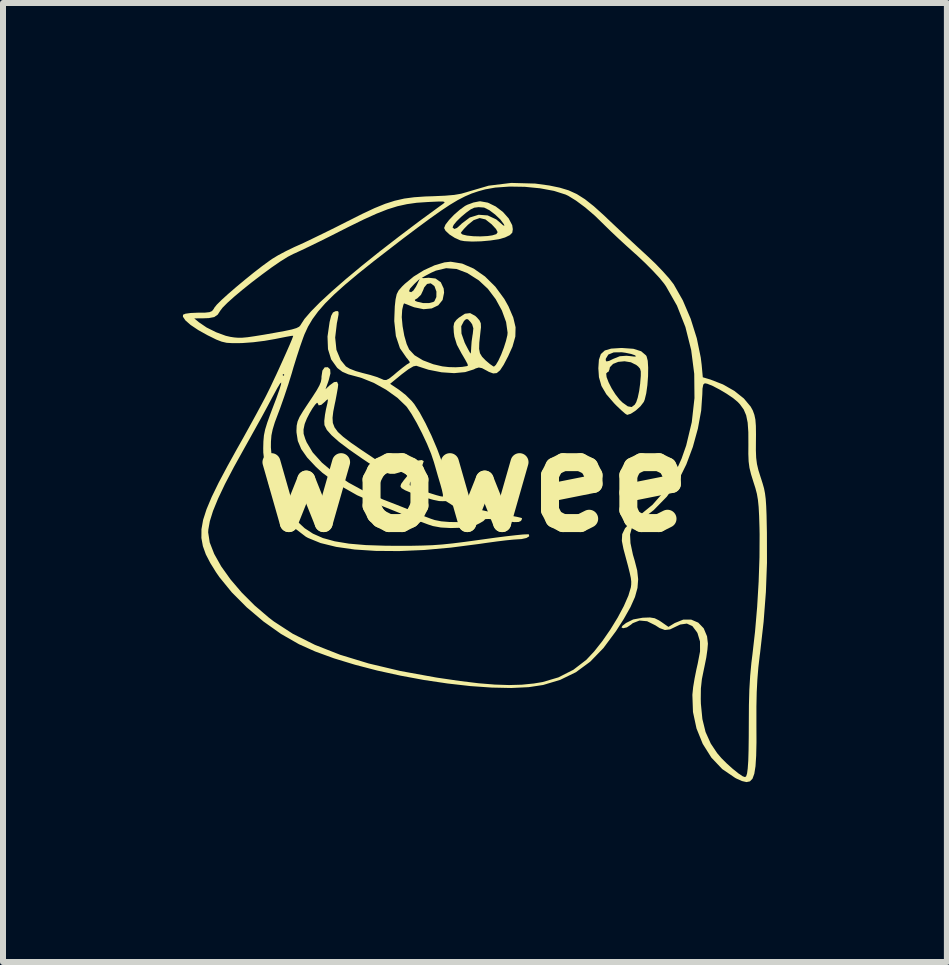
<source format=kicad_pcb>
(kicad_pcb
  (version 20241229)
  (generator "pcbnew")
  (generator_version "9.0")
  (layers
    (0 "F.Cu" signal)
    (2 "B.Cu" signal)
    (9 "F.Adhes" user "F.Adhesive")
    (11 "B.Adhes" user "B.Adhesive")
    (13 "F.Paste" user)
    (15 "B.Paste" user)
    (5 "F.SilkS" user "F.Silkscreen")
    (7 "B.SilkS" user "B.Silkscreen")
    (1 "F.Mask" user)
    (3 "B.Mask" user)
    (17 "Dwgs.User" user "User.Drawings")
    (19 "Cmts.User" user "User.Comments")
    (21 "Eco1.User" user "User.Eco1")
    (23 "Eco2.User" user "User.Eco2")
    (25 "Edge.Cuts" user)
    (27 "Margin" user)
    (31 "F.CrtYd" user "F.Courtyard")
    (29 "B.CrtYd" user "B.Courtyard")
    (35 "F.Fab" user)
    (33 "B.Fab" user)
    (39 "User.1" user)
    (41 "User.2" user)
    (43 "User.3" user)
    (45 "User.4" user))
  (footprint "wowee"
    (layer "F.Cu")
    (at 4.851 4.983)
    (property "Reference" "wowee" (at 0 0 0) (layer "F.SilkS") (effects (font (size 1.524 1.524) (thickness 0.3))))
    (attr board_only exclude_from_pos_files exclude_from_bom)
    (fp_poly (pts (xy 0.234 -4.654) (xy 0.365 -4.59) (xy 0.485 -4.499) (xy 0.581 -4.391) (xy 0.64 -4.278) (xy 0.65 -4.211) (xy 0.641 -4.153) (xy 0.6 -4.112) (xy 0.519 -4.073) (xy 0.416 -4.044) (xy 0.277 -4.023) (xy 0.121 -4.009) (xy -0.03 -4.005) (xy -0.157 -4.012) (xy -0.223 -4.024) (xy -0.317 -4.066) (xy -0.406 -4.123) (xy -0.431 -4.147) (xy -0.217 -4.147) (xy -0.189 -4.123) (xy -0.114 -4.105) (xy -0.009 -4.094) (xy 0.11 -4.091) (xy 0.228 -4.097) (xy 0.306 -4.108) (xy 0.375 -4.129) (xy 0.397 -4.162) (xy 0.37 -4.214) (xy 0.297 -4.293) (xy 0.194 -4.374) (xy 0.097 -4.397) (xy -0.003 -4.362) (xy -0.099 -4.284) (xy -0.165 -4.216) (xy -0.208 -4.164) (xy -0.217 -4.147) (xy -0.431 -4.147) (xy -0.471 -4.183) (xy -0.496 -4.231) (xy -0.491 -4.242) (xy -0.354 -4.242) (xy -0.353 -4.238) (xy -0.324 -4.215) (xy -0.281 -4.232) (xy -0.213 -4.293) (xy -0.202 -4.305) (xy -0.068 -4.406) (xy 0.08 -4.452) (xy 0.231 -4.441) (xy 0.373 -4.375) (xy 0.427 -4.33) (xy 0.488 -4.276) (xy 0.51 -4.268) (xy 0.501 -4.294) (xy 0.443 -4.372) (xy 0.355 -4.456) (xy 0.259 -4.528) (xy 0.176 -4.57) (xy 0.17 -4.572) (xy 0.08 -4.579) (xy 0.008 -4.57) (xy -0.052 -4.542) (xy -0.129 -4.486) (xy -0.212 -4.416) (xy -0.286 -4.344) (xy -0.337 -4.282) (xy -0.354 -4.242) (xy -0.491 -4.242) (xy -0.473 -4.287) (xy -0.413 -4.365) (xy -0.33 -4.452) (xy -0.236 -4.534) (xy -0.147 -4.599) (xy -0.108 -4.619) (xy -0.008 -4.656) (xy 0.087 -4.675) (xy 0.106 -4.677)) (stroke (width 0) (type solid)) (fill yes) (layer "F.SilkS"))
    (fp_poly (pts (xy 2.661 -2.217) (xy 2.79 -2.176) (xy 2.871 -2.107) (xy 2.881 -2.09) (xy 2.9 -2.017) (xy 2.907 -1.901) (xy 2.905 -1.76) (xy 2.894 -1.612) (xy 2.875 -1.475) (xy 2.849 -1.368) (xy 2.834 -1.331) (xy 2.779 -1.259) (xy 2.701 -1.188) (xy 2.618 -1.134) (xy 2.557 -1.115) (xy 2.523 -1.136) (xy 2.459 -1.192) (xy 2.375 -1.272) (xy 2.339 -1.309) (xy 2.21 -1.458) (xy 2.128 -1.597) (xy 2.086 -1.744) (xy 2.082 -1.805) (xy 2.207 -1.805) (xy 2.214 -1.744) (xy 2.247 -1.658) (xy 2.297 -1.559) (xy 2.36 -1.459) (xy 2.429 -1.37) (xy 2.48 -1.32) (xy 2.568 -1.257) (xy 2.632 -1.246) (xy 2.683 -1.285) (xy 2.708 -1.327) (xy 2.733 -1.402) (xy 2.757 -1.514) (xy 2.774 -1.641) (xy 2.774 -1.647) (xy 2.784 -1.766) (xy 2.784 -1.84) (xy 2.771 -1.886) (xy 2.74 -1.922) (xy 2.71 -1.946) (xy 2.619 -1.992) (xy 2.513 -2.009) (xy 2.408 -1.999) (xy 2.322 -1.965) (xy 2.269 -1.91) (xy 2.261 -1.872) (xy 2.244 -1.832) (xy 2.23 -1.828) (xy 2.207 -1.805) (xy 2.082 -1.805) (xy 2.076 -1.893) (xy 2.085 -2.027) (xy 2.199 -2.027) (xy 2.211 -2.006) (xy 2.255 -2.015) (xy 2.325 -2.049) (xy 2.434 -2.093) (xy 2.543 -2.101) (xy 2.596 -2.096) (xy 2.678 -2.087) (xy 2.706 -2.092) (xy 2.686 -2.109) (xy 2.623 -2.131) (xy 2.527 -2.151) (xy 2.467 -2.159) (xy 2.333 -2.157) (xy 2.243 -2.121) (xy 2.201 -2.052) (xy 2.199 -2.027) (xy 2.085 -2.027) (xy 2.085 -2.033) (xy 2.118 -2.129) (xy 2.184 -2.189) (xy 2.29 -2.22) (xy 2.448 -2.23) (xy 2.478 -2.23)) (stroke (width 0) (type solid)) (fill yes) (layer "F.SilkS"))
    (fp_poly (pts (xy -0.195 -3.638) (xy -0.002 -3.554) (xy 0.186 -3.423) (xy 0.359 -3.252) (xy 0.508 -3.049) (xy 0.578 -2.924) (xy 0.658 -2.737) (xy 0.696 -2.576) (xy 0.692 -2.421) (xy 0.645 -2.254) (xy 0.572 -2.092) (xy 0.497 -1.949) (xy 0.437 -1.858) (xy 0.382 -1.812) (xy 0.323 -1.806) (xy 0.252 -1.832) (xy 0.216 -1.852) (xy 0.137 -1.894) (xy 0.083 -1.905) (xy 0.029 -1.889) (xy 0.001 -1.874) (xy -0.145 -1.828) (xy -0.329 -1.811) (xy -0.538 -1.825) (xy -0.757 -1.868) (xy -0.96 -1.934) (xy -1.009 -1.924) (xy -1.093 -1.874) (xy -1.201 -1.793) (xy -1.396 -1.633) (xy -1.244 -1.531) (xy -1.137 -1.447) (xy -1.035 -1.346) (xy -0.993 -1.295) (xy -0.904 -1.157) (xy -0.806 -0.976) (xy -0.706 -0.768) (xy -0.613 -0.55) (xy -0.534 -0.339) (xy -0.478 -0.158) (xy -0.427 0.015) (xy -0.372 0.152) (xy -0.304 0.258) (xy -0.214 0.341) (xy -0.095 0.405) (xy 0.062 0.457) (xy 0.266 0.503) (xy 0.48 0.541) (xy 0.611 0.565) (xy 0.718 0.585) (xy 0.786 0.601) (xy 0.803 0.607) (xy 0.797 0.637) (xy 0.781 0.656) (xy 0.746 0.671) (xy 0.676 0.673) (xy 0.563 0.661) (xy 0.466 0.647) (xy 0.344 0.63) (xy 0.249 0.621) (xy 0.194 0.623) (xy 0.186 0.628) (xy 0.16 0.655) (xy 0.095 0.693) (xy 0.054 0.713) (xy -0.061 0.747) (xy -0.214 0.767) (xy -0.384 0.772) (xy -0.549 0.763) (xy -0.681 0.739) (xy -0.761 0.713) (xy -0.876 0.67) (xy -1.004 0.618) (xy -1.038 0.604) (xy -1.18 0.545) (xy -1.353 0.475) (xy -1.526 0.406) (xy -1.597 0.379) (xy -1.946 0.225) (xy -2.259 0.047) (xy -2.526 -0.15) (xy -2.633 -0.248) (xy -2.78 -0.405) (xy -2.878 -0.545) (xy -2.935 -0.68) (xy -2.957 -0.822) (xy -2.958 -0.856) (xy -2.957 -0.87) (xy -2.84 -0.87) (xy -2.838 -0.799) (xy -2.811 -0.714) (xy -2.788 -0.658) (xy -2.687 -0.489) (xy -2.532 -0.317) (xy -2.329 -0.147) (xy -2.086 0.016) (xy -1.811 0.166) (xy -1.509 0.298) (xy -1.47 0.313) (xy -1.315 0.373) (xy -1.161 0.434) (xy -1.03 0.489) (xy -0.962 0.518) (xy -0.84 0.57) (xy -0.714 0.618) (xy -0.65 0.639) (xy -0.543 0.66) (xy -0.409 0.671) (xy -0.266 0.673) (xy -0.132 0.665) (xy -0.024 0.649) (xy 0.041 0.624) (xy 0.042 0.623) (xy 0.063 0.599) (xy 0.053 0.577) (xy 0.001 0.551) (xy -0.1 0.515) (xy -0.108 0.512) (xy -0.224 0.467) (xy -0.325 0.415) (xy -0.385 0.374) (xy -0.466 0.323) (xy -0.522 0.324) (xy -0.578 0.322) (xy -0.674 0.302) (xy -0.795 0.269) (xy -0.925 0.228) (xy -1.047 0.184) (xy -1.146 0.142) (xy -1.203 0.108) (xy -1.205 0.107) (xy -1.224 0.076) (xy -1.212 0.036) (xy -1.165 -0.029) (xy -1.135 -0.065) (xy -1.073 -0.142) (xy -1.032 -0.201) (xy -1.022 -0.223) (xy -1.047 -0.228) (xy -1.109 -0.209) (xy -1.138 -0.197) (xy -1.238 -0.156) (xy -1.32 -0.133) (xy -1.397 -0.132) (xy -1.481 -0.155) (xy -1.582 -0.205) (xy -1.712 -0.286) (xy -1.854 -0.381) (xy -2.076 -0.535) (xy -2.248 -0.665) (xy -2.371 -0.774) (xy -2.451 -0.864) (xy -2.489 -0.94) (xy -2.491 -0.945) (xy -2.494 -1.014) (xy -2.482 -1.117) (xy -2.465 -1.21) (xy -2.441 -1.313) (xy -2.433 -1.365) (xy -2.441 -1.374) (xy -2.467 -1.351) (xy -2.481 -1.336) (xy -2.544 -1.282) (xy -2.588 -1.274) (xy -2.602 -1.307) (xy -2.614 -1.318) (xy -2.647 -1.285) (xy -2.691 -1.223) (xy -2.739 -1.142) (xy -2.783 -1.057) (xy -2.815 -0.979) (xy -2.822 -0.958) (xy -2.84 -0.87) (xy -2.957 -0.87) (xy -2.954 -0.936) (xy -2.939 -1.005) (xy -2.906 -1.081) (xy -2.848 -1.177) (xy -2.784 -1.275) (xy -2.686 -1.422) (xy -2.618 -1.528) (xy -2.575 -1.606) (xy -2.551 -1.665) (xy -2.541 -1.717) (xy -2.54 -1.756) (xy -2.525 -1.854) (xy -2.487 -1.908) (xy -2.435 -1.91) (xy -2.396 -1.875) (xy -2.391 -1.807) (xy -2.419 -1.696) (xy -2.43 -1.662) (xy -2.473 -1.543) (xy -2.404 -1.608) (xy -2.331 -1.661) (xy -2.281 -1.667) (xy -2.262 -1.623) (xy -2.262 -1.618) (xy -2.268 -1.565) (xy -2.285 -1.468) (xy -2.308 -1.346) (xy -2.319 -1.296) (xy -2.344 -1.169) (xy -2.356 -1.067) (xy -2.351 -0.981) (xy -2.322 -0.905) (xy -2.266 -0.829) (xy -2.176 -0.747) (xy -2.048 -0.65) (xy -1.876 -0.531) (xy -1.759 -0.453) (xy -1.366 -0.188) (xy -1.202 -0.26) (xy -1.059 -0.318) (xy -0.945 -0.352) (xy -0.868 -0.362) (xy -0.837 -0.345) (xy -0.836 -0.342) (xy -0.856 -0.283) (xy -0.907 -0.196) (xy -0.979 -0.099) (xy -1.018 -0.054) (xy -1.065 0.012) (xy -1.07 0.055) (xy -1.067 0.058) (xy -1.024 0.081) (xy -0.943 0.114) (xy -0.839 0.153) (xy -0.729 0.191) (xy -0.627 0.223) (xy -0.551 0.243) (xy -0.516 0.247) (xy -0.515 0.247) (xy -0.516 0.212) (xy -0.532 0.136) (xy -0.557 0.046) (xy -0.599 -0.095) (xy -0.643 -0.249) (xy -0.665 -0.325) (xy -0.712 -0.466) (xy -0.781 -0.633) (xy -0.864 -0.81) (xy -0.953 -0.982) (xy -1.039 -1.131) (xy -1.114 -1.242) (xy -1.128 -1.259) (xy -1.275 -1.4) (xy -1.462 -1.534) (xy -1.667 -1.648) (xy -1.87 -1.73) (xy -1.951 -1.753) (xy -2.093 -1.791) (xy -2.193 -1.834) (xy -2.27 -1.892) (xy -2.281 -1.903) (xy -2.379 -2.04) (xy -2.432 -2.211) (xy -2.44 -2.421) (xy -2.405 -2.664) (xy -2.379 -2.767) (xy -2.349 -2.822) (xy -2.309 -2.843) (xy -2.305 -2.844) (xy -2.272 -2.846) (xy -2.256 -2.832) (xy -2.256 -2.789) (xy -2.271 -2.705) (xy -2.284 -2.642) (xy -2.312 -2.404) (xy -2.291 -2.199) (xy -2.22 -2.029) (xy -2.133 -1.923) (xy -2.07 -1.885) (xy -1.968 -1.845) (xy -1.85 -1.812) (xy -1.728 -1.781) (xy -1.618 -1.747) (xy -1.547 -1.718) (xy -1.501 -1.698) (xy -1.461 -1.696) (xy -1.414 -1.719) (xy -1.344 -1.773) (xy -1.28 -1.828) (xy -1.19 -1.901) (xy -1.117 -1.956) (xy -1.074 -1.981) (xy -1.071 -1.982) (xy -1.071 -2.001) (xy -1.106 -2.049) (xy -1.123 -2.068) (xy -1.232 -2.226) (xy -1.3 -2.43) (xy -1.327 -2.679) (xy -1.325 -2.744) (xy -1.202 -2.744) (xy -1.188 -2.594) (xy -1.16 -2.437) (xy -1.12 -2.297) (xy -1.078 -2.205) (xy -0.988 -2.109) (xy -0.849 -2.025) (xy -0.675 -1.959) (xy -0.525 -1.924) (xy -0.418 -1.912) (xy -0.302 -1.909) (xy -0.196 -1.915) (xy -0.12 -1.927) (xy -0.098 -1.937) (xy -0.107 -1.967) (xy -0.143 -2.034) (xy -0.197 -2.126) (xy -0.204 -2.137) (xy -0.283 -2.285) (xy -0.324 -2.418) (xy -0.334 -2.489) (xy -0.339 -2.588) (xy -0.338 -2.593) (xy -0.21 -2.593) (xy -0.206 -2.471) (xy -0.153 -2.32) (xy -0.139 -2.291) (xy -0.095 -2.207) (xy -0.064 -2.151) (xy -0.054 -2.137) (xy -0.048 -2.164) (xy -0.044 -2.231) (xy -0.044 -2.238) (xy -0.037 -2.338) (xy -0.021 -2.45) (xy -0.018 -2.463) (xy -0.008 -2.558) (xy -0.028 -2.625) (xy -0.053 -2.661) (xy -0.098 -2.709) (xy -0.13 -2.711) (xy -0.164 -2.681) (xy -0.21 -2.593) (xy -0.338 -2.593) (xy -0.327 -2.65) (xy -0.291 -2.699) (xy -0.249 -2.736) (xy -0.148 -2.802) (xy -0.062 -2.812) (xy 0.023 -2.766) (xy 0.052 -2.739) (xy 0.095 -2.69) (xy 0.116 -2.643) (xy 0.119 -2.576) (xy 0.107 -2.469) (xy 0.107 -2.468) (xy 0.091 -2.319) (xy 0.088 -2.216) (xy 0.102 -2.143) (xy 0.137 -2.085) (xy 0.194 -2.026) (xy 0.198 -2.022) (xy 0.268 -1.963) (xy 0.321 -1.926) (xy 0.336 -1.92) (xy 0.367 -1.948) (xy 0.409 -2.019) (xy 0.456 -2.12) (xy 0.5 -2.235) (xy 0.536 -2.348) (xy 0.559 -2.444) (xy 0.563 -2.486) (xy 0.538 -2.663) (xy 0.468 -2.855) (xy 0.364 -3.045) (xy 0.234 -3.217) (xy 0.087 -3.354) (xy 0.087 -3.355) (xy -0.109 -3.48) (xy -0.289 -3.548) (xy -0.462 -3.561) (xy -0.634 -3.52) (xy -0.708 -3.487) (xy -0.794 -3.442) (xy -0.852 -3.409) (xy -0.867 -3.398) (xy -0.84 -3.395) (xy -0.773 -3.4) (xy -0.757 -3.402) (xy -0.639 -3.389) (xy -0.551 -3.327) (xy -0.503 -3.223) (xy -0.496 -3.153) (xy -0.521 -3.031) (xy -0.593 -2.942) (xy -0.702 -2.89) (xy -0.838 -2.877) (xy -0.994 -2.909) (xy -1.042 -2.927) (xy -1.116 -2.957) (xy -1.16 -2.973) (xy -1.164 -2.974) (xy -1.176 -2.947) (xy -1.192 -2.88) (xy -1.195 -2.862) (xy -1.202 -2.744) (xy -1.325 -2.744) (xy -1.318 -2.925) (xy -1.306 -3.034) (xy -0.984 -3.034) (xy -0.978 -3.016) (xy -0.944 -3.002) (xy -0.849 -2.98) (xy -0.749 -2.979) (xy -0.673 -2.999) (xy -0.657 -3.011) (xy -0.625 -3.08) (xy -0.624 -3.172) (xy -0.655 -3.257) (xy -0.66 -3.265) (xy -0.719 -3.309) (xy -0.78 -3.298) (xy -0.829 -3.238) (xy -0.843 -3.199) (xy -0.881 -3.118) (xy -0.937 -3.063) (xy -0.937 -3.062) (xy -0.984 -3.034) (xy -1.306 -3.034) (xy -1.304 -3.047) (xy -1.286 -3.128) (xy -1.262 -3.175) (xy -1.081 -3.175) (xy -1.046 -3.161) (xy -1.045 -3.161) (xy -1.009 -3.187) (xy -0.966 -3.251) (xy -0.955 -3.273) (xy -0.902 -3.384) (xy -0.993 -3.297) (xy -1.064 -3.22) (xy -1.081 -3.175) (xy -1.262 -3.175) (xy -1.254 -3.19) (xy -1.198 -3.254) (xy -1.151 -3.3) (xy -1.003 -3.422) (xy -0.832 -3.528) (xy -0.655 -3.609) (xy -0.489 -3.658) (xy -0.386 -3.669)) (stroke (width 0) (type solid)) (fill yes) (layer "F.SilkS"))
    (fp_poly (pts (xy 1.024 -4.972) (xy 1.258 -4.94) (xy 1.432 -4.904) (xy 1.581 -4.859) (xy 1.717 -4.797) (xy 1.853 -4.711) (xy 2.001 -4.594) (xy 2.173 -4.439) (xy 2.227 -4.387) (xy 2.384 -4.239) (xy 2.557 -4.076) (xy 2.727 -3.918) (xy 2.876 -3.781) (xy 2.902 -3.757) (xy 3.031 -3.634) (xy 3.154 -3.506) (xy 3.258 -3.389) (xy 3.33 -3.296) (xy 3.333 -3.292) (xy 3.485 -3.024) (xy 3.616 -2.717) (xy 3.718 -2.392) (xy 3.784 -2.07) (xy 3.799 -1.949) (xy 3.818 -1.742) (xy 3.946 -1.704) (xy 4.154 -1.623) (xy 4.344 -1.515) (xy 4.502 -1.389) (xy 4.616 -1.253) (xy 4.652 -1.188) (xy 4.678 -1.116) (xy 4.695 -1.036) (xy 4.703 -0.932) (xy 4.705 -0.789) (xy 4.704 -0.69) (xy 4.703 -0.524) (xy 4.708 -0.399) (xy 4.721 -0.296) (xy 4.745 -0.194) (xy 4.783 -0.073) (xy 4.787 -0.062) (xy 4.816 0.03) (xy 4.839 0.111) (xy 4.855 0.193) (xy 4.867 0.287) (xy 4.875 0.404) (xy 4.881 0.556) (xy 4.885 0.754) (xy 4.887 0.851) (xy 4.888 1.351) (xy 4.87 1.838) (xy 4.832 2.335) (xy 4.772 2.865) (xy 4.768 2.892) (xy 4.744 3.097) (xy 4.728 3.297) (xy 4.717 3.509) (xy 4.712 3.748) (xy 4.712 4.032) (xy 4.712 4.058) (xy 4.713 4.341) (xy 4.708 4.568) (xy 4.697 4.742) (xy 4.677 4.868) (xy 4.647 4.951) (xy 4.604 4.996) (xy 4.546 5.008) (xy 4.472 4.991) (xy 4.38 4.95) (xy 4.356 4.937) (xy 4.142 4.791) (xy 3.961 4.6) (xy 3.817 4.371) (xy 3.713 4.114) (xy 3.654 3.839) (xy 3.644 3.553) (xy 3.657 3.424) (xy 3.681 3.28) (xy 3.711 3.13) (xy 3.733 3.033) (xy 3.772 2.829) (xy 3.771 2.663) (xy 3.73 2.526) (xy 3.721 2.509) (xy 3.644 2.407) (xy 3.552 2.365) (xy 3.441 2.381) (xy 3.38 2.41) (xy 3.272 2.462) (xy 3.186 2.472) (xy 3.098 2.44) (xy 3.027 2.394) (xy 2.89 2.326) (xy 2.762 2.314) (xy 2.65 2.358) (xy 2.621 2.382) (xy 2.553 2.428) (xy 2.491 2.442) (xy 2.489 2.442) (xy 2.462 2.429) (xy 2.478 2.402) (xy 2.538 2.355) (xy 2.657 2.296) (xy 2.811 2.268) (xy 2.825 2.267) (xy 2.937 2.263) (xy 3.016 2.276) (xy 3.09 2.313) (xy 3.126 2.337) (xy 3.245 2.42) (xy 3.35 2.356) (xy 3.491 2.299) (xy 3.625 2.299) (xy 3.742 2.349) (xy 3.833 2.444) (xy 3.889 2.578) (xy 3.903 2.7) (xy 3.895 2.798) (xy 3.876 2.932) (xy 3.847 3.076) (xy 3.838 3.118) (xy 3.803 3.29) (xy 3.786 3.447) (xy 3.784 3.621) (xy 3.786 3.702) (xy 3.811 3.957) (xy 3.864 4.173) (xy 3.951 4.366) (xy 4.057 4.525) (xy 4.127 4.607) (xy 4.218 4.698) (xy 4.316 4.786) (xy 4.409 4.861) (xy 4.483 4.911) (xy 4.522 4.925) (xy 4.541 4.911) (xy 4.556 4.865) (xy 4.567 4.781) (xy 4.576 4.655) (xy 4.581 4.482) (xy 4.584 4.256) (xy 4.585 4.031) (xy 4.587 3.725) (xy 4.594 3.465) (xy 4.608 3.235) (xy 4.628 3.02) (xy 4.646 2.876) (xy 4.689 2.499) (xy 4.724 2.089) (xy 4.749 1.668) (xy 4.763 1.257) (xy 4.765 0.879) (xy 4.763 0.766) (xy 4.757 0.569) (xy 4.749 0.419) (xy 4.737 0.301) (xy 4.72 0.202) (xy 4.695 0.106) (xy 4.661 0) (xy 4.622 -0.126) (xy 4.596 -0.232) (xy 4.582 -0.338) (xy 4.577 -0.466) (xy 4.578 -0.618) (xy 4.577 -0.827) (xy 4.566 -0.986) (xy 4.541 -1.108) (xy 4.5 -1.205) (xy 4.439 -1.289) (xy 4.402 -1.329) (xy 4.323 -1.395) (xy 4.215 -1.468) (xy 4.097 -1.538) (xy 3.984 -1.597) (xy 3.893 -1.634) (xy 3.852 -1.642) (xy 3.826 -1.621) (xy 3.813 -1.554) (xy 3.81 -1.46) (xy 3.791 -1.186) (xy 3.736 -0.886) (xy 3.652 -0.581) (xy 3.544 -0.291) (xy 3.419 -0.037) (xy 3.405 -0.014) (xy 3.218 0.249) (xy 2.999 0.473) (xy 2.846 0.591) (xy 2.75 0.661) (xy 2.674 0.727) (xy 2.634 0.773) (xy 2.605 0.878) (xy 2.612 1.024) (xy 2.653 1.217) (xy 2.683 1.319) (xy 2.724 1.479) (xy 2.74 1.626) (xy 2.729 1.77) (xy 2.687 1.922) (xy 2.612 2.09) (xy 2.501 2.287) (xy 2.371 2.49) (xy 2.161 2.773) (xy 1.941 3) (xy 1.702 3.176) (xy 1.439 3.304) (xy 1.155 3.389) (xy 0.915 3.425) (xy 0.627 3.439) (xy 0.299 3.432) (xy -0.059 3.407) (xy -0.438 3.364) (xy -0.829 3.306) (xy -1.223 3.233) (xy -1.611 3.148) (xy -1.983 3.051) (xy -2.331 2.945) (xy -2.646 2.83) (xy -2.916 2.709) (xy -3.213 2.539) (xy -3.508 2.33) (xy -3.787 2.094) (xy -4.037 1.843) (xy -4.244 1.589) (xy -4.299 1.509) (xy -4.395 1.354) (xy -4.469 1.211) (xy -4.518 1.074) (xy -4.543 0.937) (xy -4.542 0.844) (xy -4.43 0.844) (xy -4.404 1.012) (xy -4.329 1.204) (xy -4.212 1.412) (xy -4.057 1.629) (xy -3.87 1.848) (xy -3.656 2.062) (xy -3.421 2.263) (xy -3.334 2.33) (xy -3.017 2.536) (xy -2.649 2.72) (xy -2.229 2.885) (xy -1.754 3.03) (xy -1.223 3.156) (xy -0.634 3.263) (xy -0.596 3.269) (xy -0.233 3.322) (xy 0.078 3.36) (xy 0.349 3.382) (xy 0.586 3.39) (xy 0.8 3.384) (xy 1 3.364) (xy 1.146 3.34) (xy 1.41 3.262) (xy 1.66 3.135) (xy 1.876 2.969) (xy 1.876 2.969) (xy 2.007 2.829) (xy 2.143 2.657) (xy 2.276 2.465) (xy 2.398 2.266) (xy 2.501 2.073) (xy 2.577 1.899) (xy 2.618 1.762) (xy 2.624 1.715) (xy 2.625 1.666) (xy 2.618 1.605) (xy 2.6 1.521) (xy 2.571 1.404) (xy 2.528 1.244) (xy 2.495 1.121) (xy 2.468 0.985) (xy 2.474 0.874) (xy 2.521 0.776) (xy 2.612 0.678) (xy 2.753 0.569) (xy 2.979 0.384) (xy 3.169 0.168) (xy 3.329 -0.085) (xy 3.464 -0.385) (xy 3.541 -0.605) (xy 3.634 -0.993) (xy 3.679 -1.394) (xy 3.675 -1.799) (xy 3.624 -2.197) (xy 3.528 -2.58) (xy 3.387 -2.937) (xy 3.204 -3.259) (xy 3.175 -3.301) (xy 3.099 -3.395) (xy 2.988 -3.515) (xy 2.857 -3.647) (xy 2.719 -3.777) (xy 2.686 -3.806) (xy 2.546 -3.932) (xy 2.406 -4.061) (xy 2.281 -4.179) (xy 2.185 -4.273) (xy 2.168 -4.29) (xy 2.016 -4.438) (xy 1.857 -4.574) (xy 1.705 -4.687) (xy 1.574 -4.768) (xy 1.529 -4.789) (xy 1.337 -4.85) (xy 1.105 -4.893) (xy 0.851 -4.918) (xy 0.595 -4.922) (xy 0.356 -4.905) (xy 0.188 -4.875) (xy 0.073 -4.843) (xy -0.037 -4.806) (xy -0.148 -4.758) (xy -0.267 -4.697) (xy -0.399 -4.618) (xy -0.551 -4.517) (xy -0.729 -4.391) (xy -0.939 -4.236) (xy -1.188 -4.049) (xy -1.364 -3.913) (xy -1.672 -3.675) (xy -1.933 -3.466) (xy -2.151 -3.283) (xy -2.332 -3.12) (xy -2.479 -2.974) (xy -2.597 -2.839) (xy -2.691 -2.711) (xy -2.765 -2.586) (xy -2.824 -2.458) (xy -2.846 -2.4) (xy -2.896 -2.258) (xy -2.953 -2.083) (xy -3.009 -1.903) (xy -3.036 -1.809) (xy -3.093 -1.625) (xy -3.162 -1.419) (xy -3.231 -1.223) (xy -3.26 -1.146) (xy -3.318 -0.992) (xy -3.354 -0.874) (xy -3.375 -0.773) (xy -3.383 -0.669) (xy -3.384 -0.573) (xy -3.362 -0.317) (xy -3.304 -0.053) (xy -3.216 0.204) (xy -3.104 0.436) (xy -2.973 0.628) (xy -2.942 0.663) (xy -2.821 0.775) (xy -2.682 0.866) (xy -2.516 0.939) (xy -2.319 0.993) (xy -2.083 1.032) (xy -1.802 1.056) (xy -1.47 1.067) (xy -1.285 1.068) (xy -1.055 1.068) (xy -0.862 1.064) (xy -0.692 1.058) (xy -0.527 1.046) (xy -0.353 1.028) (xy -0.153 1.003) (xy 0.089 0.97) (xy 0.146 0.962) (xy 0.355 0.933) (xy 0.543 0.909) (xy 0.702 0.891) (xy 0.823 0.879) (xy 0.899 0.876) (xy 0.919 0.878) (xy 0.923 0.91) (xy 0.877 0.938) (xy 0.795 0.956) (xy 0.728 0.96) (xy 0.656 0.965) (xy 0.535 0.977) (xy 0.381 0.996) (xy 0.205 1.02) (xy 0.088 1.037) (xy -0.382 1.098) (xy -0.829 1.138) (xy -1.249 1.156) (xy -1.637 1.153) (xy -1.987 1.13) (xy -2.295 1.086) (xy -2.556 1.022) (xy -2.764 0.937) (xy -2.801 0.917) (xy -2.989 0.773) (xy -3.155 0.579) (xy -3.296 0.346) (xy -3.405 0.084) (xy -3.478 -0.197) (xy -3.511 -0.487) (xy -3.512 -0.558) (xy -3.509 -0.675) (xy -3.5 -0.774) (xy -3.48 -0.871) (xy -3.445 -0.985) (xy -3.392 -1.132) (xy -3.369 -1.193) (xy -3.293 -1.392) (xy -3.242 -1.536) (xy -3.215 -1.623) (xy -3.212 -1.656) (xy -3.233 -1.635) (xy -3.278 -1.56) (xy -3.347 -1.433) (xy -3.358 -1.413) (xy -3.435 -1.268) (xy -3.533 -1.087) (xy -3.643 -0.889) (xy -3.753 -0.691) (xy -3.814 -0.582) (xy -3.999 -0.249) (xy -4.149 0.037) (xy -4.265 0.282) (xy -4.349 0.487) (xy -4.402 0.657) (xy -4.427 0.796) (xy -4.43 0.844) (xy -4.542 0.844) (xy -4.542 0.793) (xy -4.514 0.635) (xy -4.457 0.458) (xy -4.371 0.253) (xy -4.255 0.015) (xy -4.107 -0.263) (xy -3.956 -0.536) (xy -3.842 -0.738) (xy -3.732 -0.937) (xy -3.631 -1.121) (xy -3.546 -1.279) (xy -3.481 -1.401) (xy -3.453 -1.456) (xy -3.394 -1.575) (xy -3.328 -1.716) (xy -3.297 -1.781) (xy -3.19 -1.781) (xy -3.175 -1.766) (xy -3.16 -1.781) (xy -3.175 -1.797) (xy -3.19 -1.781) (xy -3.297 -1.781) (xy -3.257 -1.868) (xy -3.188 -2.02) (xy -3.124 -2.163) (xy -3.07 -2.286) (xy -3.032 -2.377) (xy -3.013 -2.428) (xy -3.013 -2.434) (xy -3.044 -2.432) (xy -3.123 -2.418) (xy -3.235 -2.396) (xy -3.315 -2.38) (xy -3.487 -2.35) (xy -3.679 -2.326) (xy -3.856 -2.313) (xy -3.891 -2.312) (xy -4.025 -2.311) (xy -4.123 -2.317) (xy -4.205 -2.336) (xy -4.295 -2.371) (xy -4.414 -2.43) (xy -4.437 -2.441) (xy -4.595 -2.529) (xy -4.722 -2.614) (xy -4.809 -2.69) (xy -4.832 -2.724) (xy -4.662 -2.724) (xy -4.585 -2.66) (xy -4.456 -2.572) (xy -4.297 -2.493) (xy -4.137 -2.434) (xy -4.06 -2.416) (xy -3.992 -2.406) (xy -3.928 -2.401) (xy -3.859 -2.402) (xy -3.772 -2.41) (xy -3.656 -2.427) (xy -3.5 -2.452) (xy -3.324 -2.483) (xy -3.154 -2.514) (xy -3.036 -2.539) (xy -2.959 -2.562) (xy -2.913 -2.585) (xy -2.889 -2.612) (xy -2.886 -2.619) (xy -2.824 -2.715) (xy -2.715 -2.841) (xy -2.562 -2.996) (xy -2.367 -3.176) (xy -2.136 -3.378) (xy -1.87 -3.599) (xy -1.575 -3.836) (xy -1.253 -4.085) (xy -0.909 -4.345) (xy -0.545 -4.611) (xy -0.526 -4.624) (xy -0.494 -4.649) (xy -0.487 -4.664) (xy -0.512 -4.672) (xy -0.577 -4.673) (xy -0.692 -4.668) (xy -0.774 -4.664) (xy -0.952 -4.652) (xy -1.115 -4.629) (xy -1.274 -4.594) (xy -1.44 -4.542) (xy -1.623 -4.47) (xy -1.835 -4.374) (xy -2.086 -4.251) (xy -2.181 -4.203) (xy -2.376 -4.104) (xy -2.565 -4.01) (xy -2.737 -3.926) (xy -2.882 -3.857) (xy -2.986 -3.809) (xy -3.009 -3.799) (xy -3.102 -3.751) (xy -3.227 -3.673) (xy -3.374 -3.572) (xy -3.533 -3.455) (xy -3.696 -3.331) (xy -3.852 -3.206) (xy -3.993 -3.088) (xy -4.109 -2.984) (xy -4.191 -2.901) (xy -4.226 -2.855) (xy -4.271 -2.786) (xy -4.329 -2.746) (xy -4.419 -2.729) (xy -4.517 -2.725) (xy -4.662 -2.724) (xy -4.832 -2.724) (xy -4.851 -2.752) (xy -4.849 -2.785) (xy -4.809 -2.802) (xy -4.723 -2.814) (xy -4.604 -2.819) (xy -4.599 -2.819) (xy -4.48 -2.82) (xy -4.408 -2.828) (xy -4.366 -2.846) (xy -4.338 -2.881) (xy -4.324 -2.906) (xy -4.285 -2.954) (xy -4.206 -3.032) (xy -4.096 -3.132) (xy -3.964 -3.246) (xy -3.82 -3.366) (xy -3.673 -3.485) (xy -3.531 -3.595) (xy -3.405 -3.687) (xy -3.365 -3.715) (xy -3.266 -3.775) (xy -3.133 -3.846) (xy -2.99 -3.915) (xy -2.947 -3.934) (xy -2.834 -3.985) (xy -2.68 -4.059) (xy -2.499 -4.147) (xy -2.304 -4.243) (xy -2.111 -4.341) (xy -2.106 -4.343) (xy -1.86 -4.467) (xy -1.655 -4.563) (xy -1.478 -4.635) (xy -1.318 -4.686) (xy -1.161 -4.722) (xy -0.996 -4.744) (xy -0.809 -4.757) (xy -0.681 -4.761) (xy -0.48 -4.77) (xy -0.327 -4.783) (xy -0.211 -4.803) (xy -0.117 -4.83) (xy -0.108 -4.833) (xy 0.247 -4.937) (xy 0.624 -4.983)) (stroke (width 0) (type solid)) (fill yes) (layer "F.SilkS")))
  (gr_rect
    (start -3 -3)
    (end 12.739 12.991)
    (stroke (width 0.1) (type default))
    (fill no)
    (layer "Edge.Cuts")))
</source>
